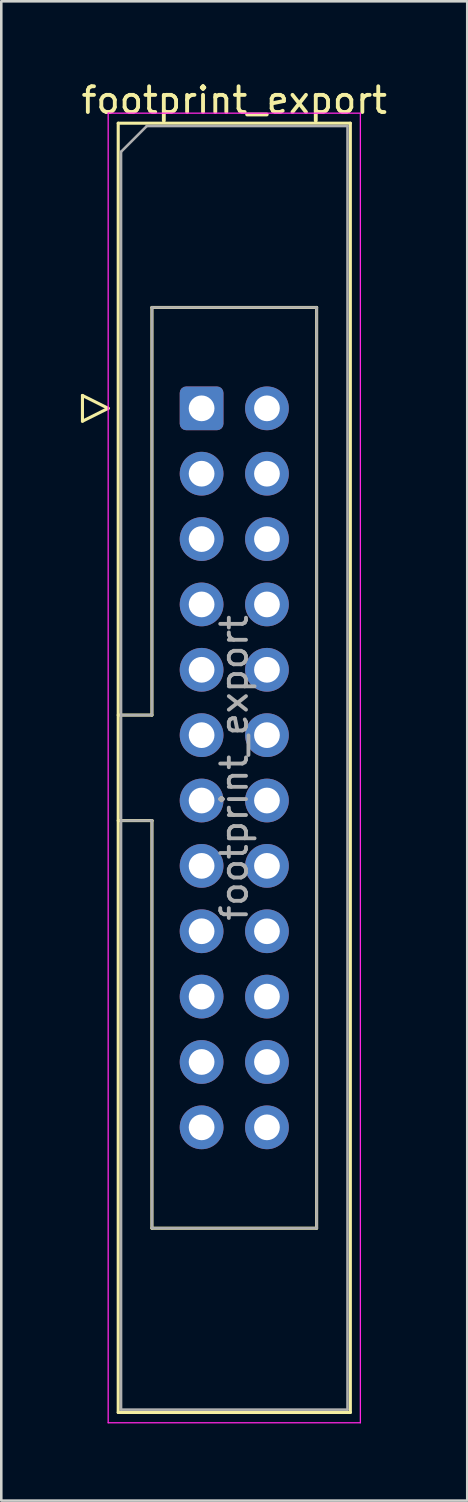
<source format=kicad_pcb>
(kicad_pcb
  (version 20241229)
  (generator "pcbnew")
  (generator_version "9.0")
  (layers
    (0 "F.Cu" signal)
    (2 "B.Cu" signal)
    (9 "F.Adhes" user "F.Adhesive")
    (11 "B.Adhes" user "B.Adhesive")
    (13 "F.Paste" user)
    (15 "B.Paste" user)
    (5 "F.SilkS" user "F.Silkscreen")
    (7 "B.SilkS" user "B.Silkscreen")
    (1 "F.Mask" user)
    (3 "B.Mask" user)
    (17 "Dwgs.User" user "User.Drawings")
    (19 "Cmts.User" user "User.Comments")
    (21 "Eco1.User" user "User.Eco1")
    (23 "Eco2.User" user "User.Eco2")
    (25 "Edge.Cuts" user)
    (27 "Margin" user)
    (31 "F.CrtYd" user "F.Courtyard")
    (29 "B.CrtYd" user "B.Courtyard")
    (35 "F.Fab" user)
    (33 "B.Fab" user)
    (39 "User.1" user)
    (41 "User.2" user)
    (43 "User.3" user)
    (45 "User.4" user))
  (footprint "footprint_export"
    (layer "F.Cu")
    (at 4.784 12.818)
    (property "Reference" "footprint_export" (at 1.27 -11.97 0) (layer "F.SilkS") (effects (font (size 1 1) (thickness 0.15))))
    (attr through_hole)
    (fp_line (start -4.63 -0.5) (end -4.63 0.5) (stroke (width 0.12) (type solid)) (layer "F.SilkS"))
    (fp_line (start -4.63 0.5) (end -3.63 0) (stroke (width 0.12) (type solid)) (layer "F.SilkS"))
    (fp_line (start -3.63 0) (end -4.63 -0.5) (stroke (width 0.12) (type solid)) (layer "F.SilkS"))
    (fp_line (start -3.24 -11.08) (end 5.78 -11.08) (stroke (width 0.12) (type solid)) (layer "F.SilkS"))
    (fp_line (start -3.24 11.92) (end -1.93 11.92) (stroke (width 0.12) (type solid)) (layer "F.SilkS"))
    (fp_line (start -3.24 39.02) (end -3.24 -11.08) (stroke (width 0.12) (type solid)) (layer "F.SilkS"))
    (fp_line (start -1.93 -3.92) (end 4.47 -3.92) (stroke (width 0.12) (type solid)) (layer "F.SilkS"))
    (fp_line (start -1.93 11.92) (end -1.93 -3.92) (stroke (width 0.12) (type solid)) (layer "F.SilkS"))
    (fp_line (start -1.93 16.02) (end -3.24 16.02) (stroke (width 0.12) (type solid)) (layer "F.SilkS"))
    (fp_line (start -1.93 16.02) (end -1.93 16.02) (stroke (width 0.12) (type solid)) (layer "F.SilkS"))
    (fp_line (start -1.93 31.86) (end -1.93 16.02) (stroke (width 0.12) (type solid)) (layer "F.SilkS"))
    (fp_line (start 4.47 -3.92) (end 4.47 31.86) (stroke (width 0.12) (type solid)) (layer "F.SilkS"))
    (fp_line (start 4.47 31.86) (end -1.93 31.86) (stroke (width 0.12) (type solid)) (layer "F.SilkS"))
    (fp_line (start 5.78 -11.08) (end 5.78 39.02) (stroke (width 0.12) (type solid)) (layer "F.SilkS"))
    (fp_line (start 5.78 39.02) (end -3.24 39.02) (stroke (width 0.12) (type solid)) (layer "F.SilkS"))
    (fp_line (start -3.63 -11.47) (end -3.63 39.42) (stroke (width 0.05) (type solid)) (layer "F.CrtYd"))
    (fp_line (start -3.63 39.42) (end 6.17 39.42) (stroke (width 0.05) (type solid)) (layer "F.CrtYd"))
    (fp_line (start 6.17 -11.47) (end -3.63 -11.47) (stroke (width 0.05) (type solid)) (layer "F.CrtYd"))
    (fp_line (start 6.17 39.42) (end 6.17 -11.47) (stroke (width 0.05) (type solid)) (layer "F.CrtYd"))
    (fp_line (start -3.13 -9.97) (end -2.13 -10.97) (stroke (width 0.1) (type solid)) (layer "F.Fab"))
    (fp_line (start -3.13 11.92) (end -1.93 11.92) (stroke (width 0.1) (type solid)) (layer "F.Fab"))
    (fp_line (start -3.13 38.91) (end -3.13 -9.97) (stroke (width 0.1) (type solid)) (layer "F.Fab"))
    (fp_line (start -2.13 -10.97) (end 5.67 -10.97) (stroke (width 0.1) (type solid)) (layer "F.Fab"))
    (fp_line (start -1.93 -3.92) (end 4.47 -3.92) (stroke (width 0.1) (type solid)) (layer "F.Fab"))
    (fp_line (start -1.93 11.92) (end -1.93 -3.92) (stroke (width 0.1) (type solid)) (layer "F.Fab"))
    (fp_line (start -1.93 16.02) (end -3.13 16.02) (stroke (width 0.1) (type solid)) (layer "F.Fab"))
    (fp_line (start -1.93 16.02) (end -1.93 16.02) (stroke (width 0.1) (type solid)) (layer "F.Fab"))
    (fp_line (start -1.93 31.86) (end -1.93 16.02) (stroke (width 0.1) (type solid)) (layer "F.Fab"))
    (fp_line (start 4.47 -3.92) (end 4.47 31.86) (stroke (width 0.1) (type solid)) (layer "F.Fab"))
    (fp_line (start 4.47 31.86) (end -1.93 31.86) (stroke (width 0.1) (type solid)) (layer "F.Fab"))
    (fp_line (start 5.67 -10.97) (end 5.67 38.91) (stroke (width 0.1) (type solid)) (layer "F.Fab"))
    (fp_line (start 5.67 38.91) (end -3.13 38.91) (stroke (width 0.1) (type solid)) (layer "F.Fab"))
    (fp_text user "${REFERENCE}" (at 1.27 13.97 90) (layer "F.Fab") (effects (font (size 1 1) (thickness 0.15))))
    (pad "1" thru_hole roundrect (at 0 0) (size 1.7 1.7) (drill 1) (layers "*.Cu" "*.Mask") (roundrect_rratio 0.147))
    (pad "2" thru_hole circle (at 2.54 0) (size 1.7 1.7) (drill 1) (layers "*.Cu" "*.Mask"))
    (pad "3" thru_hole circle (at 0 2.54) (size 1.7 1.7) (drill 1) (layers "*.Cu" "*.Mask"))
    (pad "4" thru_hole circle (at 2.54 2.54) (size 1.7 1.7) (drill 1) (layers "*.Cu" "*.Mask"))
    (pad "5" thru_hole circle (at 0 5.08) (size 1.7 1.7) (drill 1) (layers "*.Cu" "*.Mask"))
    (pad "6" thru_hole circle (at 2.54 5.08) (size 1.7 1.7) (drill 1) (layers "*.Cu" "*.Mask"))
    (pad "7" thru_hole circle (at 0 7.62) (size 1.7 1.7) (drill 1) (layers "*.Cu" "*.Mask"))
    (pad "8" thru_hole circle (at 2.54 7.62) (size 1.7 1.7) (drill 1) (layers "*.Cu" "*.Mask"))
    (pad "9" thru_hole circle (at 0 10.16) (size 1.7 1.7) (drill 1) (layers "*.Cu" "*.Mask"))
    (pad "10" thru_hole circle (at 2.54 10.16) (size 1.7 1.7) (drill 1) (layers "*.Cu" "*.Mask"))
    (pad "11" thru_hole circle (at 0 12.7) (size 1.7 1.7) (drill 1) (layers "*.Cu" "*.Mask"))
    (pad "12" thru_hole circle (at 2.54 12.7) (size 1.7 1.7) (drill 1) (layers "*.Cu" "*.Mask"))
    (pad "13" thru_hole circle (at 0 15.24) (size 1.7 1.7) (drill 1) (layers "*.Cu" "*.Mask"))
    (pad "14" thru_hole circle (at 2.54 15.24) (size 1.7 1.7) (drill 1) (layers "*.Cu" "*.Mask"))
    (pad "15" thru_hole circle (at 0 17.78) (size 1.7 1.7) (drill 1) (layers "*.Cu" "*.Mask"))
    (pad "16" thru_hole circle (at 2.54 17.78) (size 1.7 1.7) (drill 1) (layers "*.Cu" "*.Mask"))
    (pad "17" thru_hole circle (at 0 20.32) (size 1.7 1.7) (drill 1) (layers "*.Cu" "*.Mask"))
    (pad "18" thru_hole circle (at 2.54 20.32) (size 1.7 1.7) (drill 1) (layers "*.Cu" "*.Mask"))
    (pad "19" thru_hole circle (at 0 22.86) (size 1.7 1.7) (drill 1) (layers "*.Cu" "*.Mask"))
    (pad "20" thru_hole circle (at 2.54 22.86) (size 1.7 1.7) (drill 1) (layers "*.Cu" "*.Mask"))
    (pad "21" thru_hole circle (at 0 25.4) (size 1.7 1.7) (drill 1) (layers "*.Cu" "*.Mask"))
    (pad "22" thru_hole circle (at 2.54 25.4) (size 1.7 1.7) (drill 1) (layers "*.Cu" "*.Mask"))
    (pad "23" thru_hole circle (at 0 27.94) (size 1.7 1.7) (drill 1) (layers "*.Cu" "*.Mask"))
    (pad "24" thru_hole circle (at 2.54 27.94) (size 1.7 1.7) (drill 1) (layers "*.Cu" "*.Mask")))
  (gr_rect
    (start -3 -3)
    (end 15.107 55.263)
    (stroke (width 0.1) (type default))
    (fill no)
    (layer "Edge.Cuts")))
</source>
